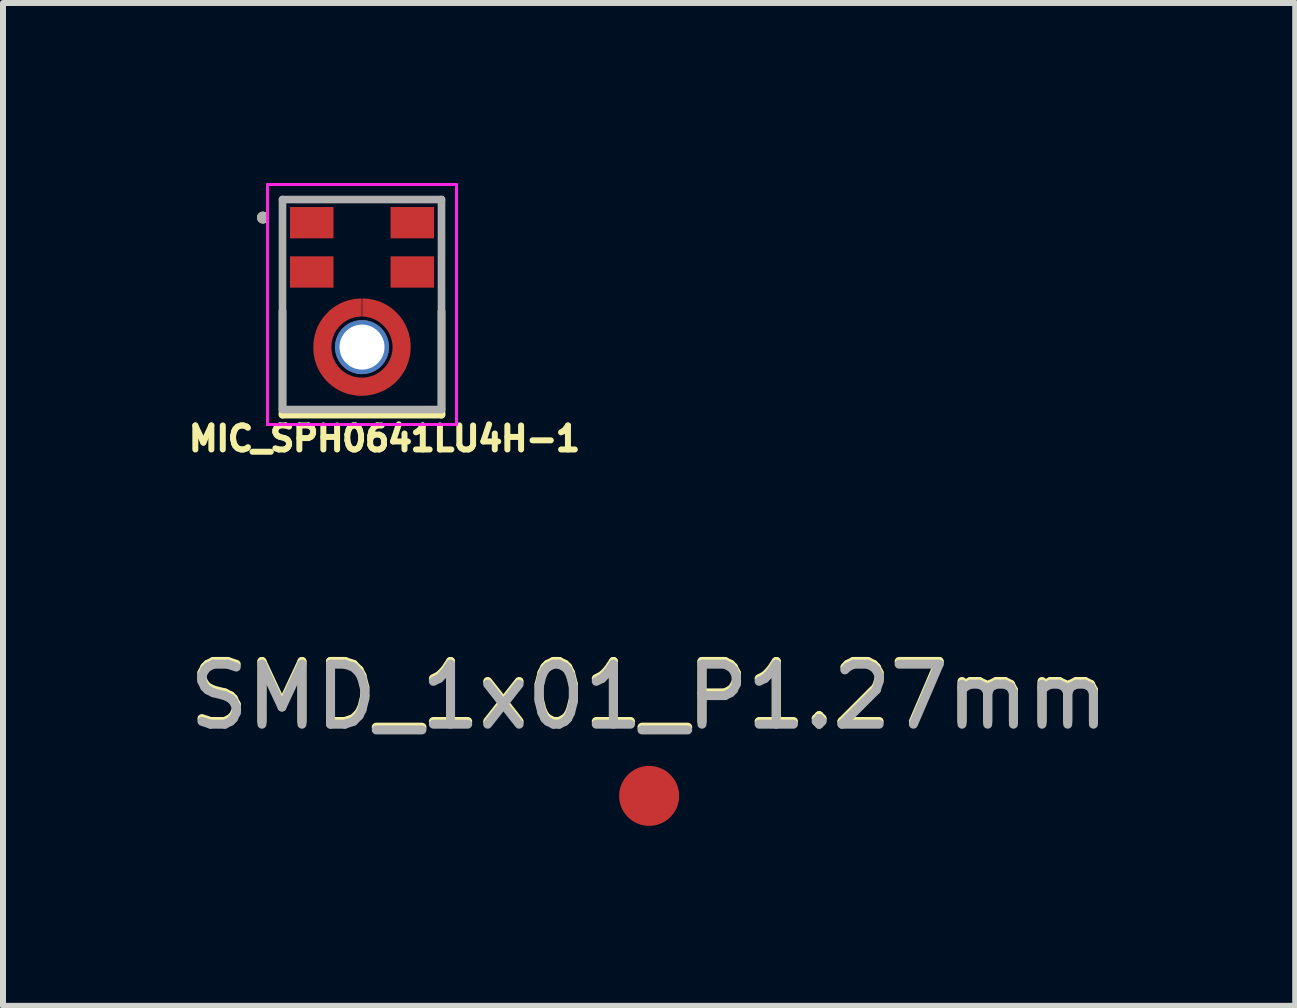
<source format=kicad_pcb>
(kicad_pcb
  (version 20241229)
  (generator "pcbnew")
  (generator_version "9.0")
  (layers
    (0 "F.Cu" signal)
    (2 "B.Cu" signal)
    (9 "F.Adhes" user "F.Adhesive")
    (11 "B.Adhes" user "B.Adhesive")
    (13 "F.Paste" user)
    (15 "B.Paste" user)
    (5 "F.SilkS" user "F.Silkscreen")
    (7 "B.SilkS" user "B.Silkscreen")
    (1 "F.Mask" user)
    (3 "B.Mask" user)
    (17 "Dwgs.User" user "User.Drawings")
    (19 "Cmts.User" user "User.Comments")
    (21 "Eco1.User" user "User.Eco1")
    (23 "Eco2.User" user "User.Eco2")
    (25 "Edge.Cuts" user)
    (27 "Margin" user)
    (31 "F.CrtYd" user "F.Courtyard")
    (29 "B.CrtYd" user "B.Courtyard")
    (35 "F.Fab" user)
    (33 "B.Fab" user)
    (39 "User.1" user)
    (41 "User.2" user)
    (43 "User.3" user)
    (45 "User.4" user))
  (footprint "SMD_1x01_P1.27mm"
    (layer "F.Cu")
    (at 7.768 10.214)
    (property "Reference" "SMD_1x01_P1.27mm" (at 0 -1.695 0) (layer "F.SilkS") (effects (font (size 1 1) (thickness 0.15))))
    (attr through_hole)
    (fp_text user "${REFERENCE}" (at 0 -1.65 180) (layer "F.Fab") (effects (font (size 1 1) (thickness 0.15))))
    (pad "1" smd circle (at 0 0) (size 1 1) (layers "F.Cu" "F.Mask" "F.Paste")))
  (footprint "MIC_SPH0641LU4H-1"
    (layer "F.Cu")
    (at 2.983 2.735)
    (property "Reference" "MIC_SPH0641LU4H-1" (at 0.375 1.526 0) (layer "F.SilkS") (effects (font (size 0.4 0.4) (thickness 0.1))))
    (attr through_hole)
    (fp_circle (center 0 0) (end 0.65 0) (stroke (width 0.3) (type solid)) (fill no) (layer "F.Mask"))
    (fp_line (start -1.325 1.126) (end -1.325 -0.6) (stroke (width 0.127) (type solid)) (layer "F.SilkS"))
    (fp_line (start 1.325 -0.6) (end 1.325 1.126) (stroke (width 0.127) (type solid)) (layer "F.SilkS"))
    (fp_line (start 1.325 1.126) (end -1.325 1.126) (stroke (width 0.127) (type solid)) (layer "F.SilkS"))
    (fp_circle (center -1.651 -2.159) (end -1.601 -2.159) (stroke (width 0.1) (type solid)) (fill no) (layer "F.SilkS"))
    (fp_poly (pts (xy -0.53 0.38) (xy -0.425 0.28) (xy -0.46 0.23) (xy -0.5 0.12) (xy -0.514 0) (xy -0.5 -0.12) (xy -0.462 -0.225) (xy -0.426 -0.288) (xy -0.525 -0.385) (xy -0.64 -0.5) (xy -0.705 -0.405) (xy -0.75 -0.31) (xy -0.78 -0.22) (xy -0.8 -0.14) (xy -0.81 0) (xy -0.796 0.16) (xy -0.75 0.31) (xy -0.69 0.425) (xy -0.645 0.495)) (stroke (width 0.001) (type solid)) (fill yes) (layer "F.Paste"))
    (fp_poly (pts (xy 0.53 -0.375) (xy 0.435 -0.28) (xy 0.46 -0.23) (xy 0.485 -0.175) (xy 0.5 -0.12) (xy 0.51 -0.06) (xy 0.514 0) (xy 0.5 0.12) (xy 0.462 0.225) (xy 0.426 0.283) (xy 0.525 0.385) (xy 0.64 0.5) (xy 0.7 0.41) (xy 0.75 0.31) (xy 0.78 0.23) (xy 0.8 0.14) (xy 0.81 0) (xy 0.796 -0.16) (xy 0.75 -0.31) (xy 0.7 -0.415) (xy 0.645 -0.49)) (stroke (width 0.001) (type solid)) (fill yes) (layer "F.Paste"))
    (fp_poly (pts (xy 0.385 0.53) (xy 0.28 0.425) (xy 0.23 0.46) (xy 0.12 0.5) (xy 0 0.514) (xy -0.12 0.5) (xy -0.225 0.462) (xy -0.283 0.421) (xy -0.38 0.52) (xy -0.5 0.64) (xy -0.405 0.705) (xy -0.31 0.75) (xy -0.23 0.78) (xy -0.14 0.8) (xy -0.06 0.81) (xy 0 0.81) (xy 0.065 0.81) (xy 0.16 0.796) (xy 0.235 0.78) (xy 0.31 0.75) (xy 0.405 0.705) (xy 0.5 0.64)) (stroke (width 0.001) (type solid)) (fill yes) (layer "F.Paste"))
    (fp_poly (pts (xy -0.385 -0.53) (xy -0.285 -0.43) (xy -0.23 -0.465) (xy -0.12 -0.505) (xy -0.12 -0.51) (xy -0.11 -0.505) (xy -0.005 -0.52) (xy 0.005 -0.524) (xy 0.005 -0.52) (xy 0.125 -0.505) (xy 0.225 -0.462) (xy 0.293 -0.426) (xy 0.39 -0.525) (xy 0.505 -0.635) (xy 0.41 -0.7) (xy 0.31 -0.75) (xy 0.22 -0.78) (xy 0.14 -0.8) (xy 0 -0.81) (xy -0.16 -0.796) (xy -0.31 -0.75) (xy -0.4 -0.705) (xy -0.5 -0.64)) (stroke (width 0.001) (type solid)) (fill yes) (layer "F.Paste"))
    (fp_line (start -1.575 -2.71) (end 1.575 -2.71) (stroke (width 0.05) (type solid)) (layer "F.CrtYd"))
    (fp_line (start -1.575 1.29) (end -1.575 -2.71) (stroke (width 0.05) (type solid)) (layer "F.CrtYd"))
    (fp_line (start 1.575 -2.71) (end 1.575 1.29) (stroke (width 0.05) (type solid)) (layer "F.CrtYd"))
    (fp_line (start 1.575 1.29) (end -1.575 1.29) (stroke (width 0.05) (type solid)) (layer "F.CrtYd"))
    (fp_line (start -1.325 -2.46) (end 1.325 -2.46) (stroke (width 0.127) (type solid)) (layer "F.Fab"))
    (fp_line (start -1.325 1.04) (end -1.325 -2.46) (stroke (width 0.127) (type solid)) (layer "F.Fab"))
    (fp_line (start 1.325 -2.46) (end 1.325 1.04) (stroke (width 0.127) (type solid)) (layer "F.Fab"))
    (fp_line (start 1.325 1.04) (end -1.325 1.04) (stroke (width 0.127) (type solid)) (layer "F.Fab"))
    (fp_circle (center -1.651 -2.159) (end -1.601 -2.159) (stroke (width 0.1) (type solid)) (fill no) (layer "F.Fab"))
    (pad "" np_thru_hole circle (at 0 0) (size 0.9 0.9) (drill 0.75) (layers "*.Cu" "*.Mask"))
    (pad "1" smd rect (at -0.838 -2.074) (size 0.725 0.522) (layers "F.Cu" "F.Mask" "F.Paste"))
    (pad "2" smd rect (at -0.838 -1.252) (size 0.725 0.522) (layers "F.Cu" "F.Mask" "F.Paste"))
    (pad "3" smd custom (at 0.656 -0.013) (size 0.1 0.1) (layers "F.Cu") (options (anchor rect)) (primitives (gr_poly (pts (xy -0.661 -0.497) (xy -0.661 -0.797) (xy -0.705 -0.796) (xy -0.747 -0.793) (xy -0.789 -0.787) (xy -0.83 -0.779) (xy -0.871 -0.77) (xy -0.911 -0.758) (xy -0.951 -0.745) (xy -0.99 -0.729) (xy -1.028 -0.711) (xy -1.065 -0.69) (xy -1.101 -0.668) (xy -1.135 -0.644) (xy -1.169 -0.619) (xy -1.2 -0.592) (xy -1.231 -0.562) (xy -1.26 -0.531) (xy -1.287 -0.5) (xy -1.313 -0.467) (xy -1.337 -0.432) (xy -1.358 -0.397) (xy -1.379 -0.359) (xy -1.397 -0.322) (xy -1.413 -0.282) (xy -1.427 -0.242) (xy -1.439 -0.203) (xy -1.448 -0.162) (xy -1.456 -0.12) (xy -1.462 -0.079) (xy -1.465 -0.036) (xy -1.466 0.003) (xy -1.466 0.072) (xy -1.463 0.104) (xy -1.459 0.142) (xy -1.452 0.18) (xy -1.443 0.218) (xy -1.433 0.256) (xy -1.421 0.292) (xy -1.407 0.329) (xy -1.392 0.363) (xy -1.374 0.399) (xy -1.356 0.431) (xy -1.335 0.465) (xy -1.313 0.496) (xy -1.289 0.526) (xy -1.264 0.556) (xy -1.238 0.585) (xy -1.21 0.612) (xy -1.181 0.637) (xy -1.151 0.661) (xy -1.12 0.683) (xy -1.087 0.705) (xy -1.054 0.725) (xy -1.02 0.743) (xy -0.985 0.758) (xy -0.949 0.772) (xy -0.912 0.785) (xy -0.875 0.796) (xy -0.838 0.805) (xy -0.8 0.812) (xy -0.761 0.819) (xy -0.716 0.823) (xy -0.656 0.823) (xy -0.614 0.822) (xy -0.571 0.819) (xy -0.529 0.812) (xy -0.488 0.804) (xy -0.446 0.794) (xy -0.406 0.782) (xy -0.366 0.768) (xy -0.327 0.752) (xy -0.288 0.735) (xy -0.251 0.714) (xy -0.215 0.692) (xy -0.18 0.667) (xy -0.146 0.641) (xy -0.114 0.615) (xy -0.083 0.586) (xy -0.054 0.554) (xy -0.027 0.522) (xy -0.001 0.488) (xy 0.023 0.454) (xy 0.045 0.417) (xy 0.066 0.381) (xy 0.084 0.342) (xy 0.1 0.302) (xy 0.114 0.263) (xy 0.126 0.223) (xy 0.136 0.18) (xy 0.144 0.14) (xy 0.15 0.098) (xy 0.153 0.054) (xy 0.154 0.013) (xy 0.154 0.003) (xy 0.153 -0.036) (xy 0.15 -0.079) (xy 0.144 -0.12) (xy 0.136 -0.162) (xy 0.127 -0.203) (xy 0.115 -0.242) (xy 0.101 -0.282) (xy 0.085 -0.322) (xy 0.067 -0.359) (xy 0.046 -0.397) (xy 0.025 -0.432) (xy 0.001 -0.467) (xy -0.025 -0.5) (xy -0.052 -0.531) (xy -0.081 -0.562) (xy -0.112 -0.592) (xy -0.143 -0.619) (xy -0.177 -0.644) (xy -0.211 -0.668) (xy -0.247 -0.69) (xy -0.284 -0.711) (xy -0.322 -0.729) (xy -0.361 -0.745) (xy -0.401 -0.758) (xy -0.441 -0.77) (xy -0.482 -0.779) (xy -0.523 -0.787) (xy -0.565 -0.793) (xy -0.607 -0.796) (xy -0.651 -0.797) (xy -0.651 -0.497) (xy -0.636 -0.497) (xy -0.607 -0.494) (xy -0.581 -0.491) (xy -0.556 -0.486) (xy -0.531 -0.48) (xy -0.507 -0.472) (xy -0.483 -0.465) (xy -0.459 -0.455) (xy -0.436 -0.444) (xy -0.413 -0.432) (xy -0.391 -0.419) (xy -0.37 -0.405) (xy -0.349 -0.39) (xy -0.33 -0.373) (xy -0.311 -0.356) (xy -0.292 -0.339) (xy -0.275 -0.32) (xy -0.259 -0.3) (xy -0.243 -0.28) (xy -0.229 -0.259) (xy -0.216 -0.236) (xy -0.203 -0.214) (xy -0.192 -0.192) (xy -0.182 -0.168) (xy -0.173 -0.143) (xy -0.166 -0.119) (xy -0.159 -0.095) (xy -0.154 -0.07) (xy -0.15 -0.044) (xy -0.147 -0.019) (xy -0.146 0.003) (xy -0.146 0.025) (xy -0.148 0.052) (xy -0.151 0.08) (xy -0.155 0.105) (xy -0.161 0.133) (xy -0.168 0.159) (xy -0.177 0.183) (xy -0.187 0.208) (xy -0.198 0.234) (xy -0.211 0.258) (xy -0.224 0.281) (xy -0.239 0.302) (xy -0.255 0.325) (xy -0.272 0.345) (xy -0.291 0.365) (xy -0.31 0.385) (xy -0.33 0.403) (xy -0.351 0.418) (xy -0.373 0.434) (xy -0.396 0.449) (xy -0.419 0.463) (xy -0.443 0.474) (xy -0.468 0.485) (xy -0.493 0.494) (xy -0.519 0.502) (xy -0.545 0.509) (xy -0.572 0.514) (xy -0.598 0.518) (xy -0.625 0.521) (xy -0.656 0.522) (xy -0.666 0.522) (xy -0.696 0.521) (xy -0.723 0.518) (xy -0.749 0.514) (xy -0.775 0.509) (xy -0.8 0.502) (xy -0.825 0.495) (xy -0.85 0.485) (xy -0.874 0.475) (xy -0.898 0.464) (xy -0.921 0.451) (xy -0.943 0.436) (xy -0.965 0.42) (xy -0.986 0.405) (xy -1.005 0.387) (xy -1.024 0.368) (xy -1.042 0.348) (xy -1.059 0.329) (xy -1.075 0.307) (xy -1.089 0.285) (xy -1.103 0.263) (xy -1.115 0.238) (xy -1.126 0.214) (xy -1.136 0.191) (xy -1.144 0.166) (xy -1.151 0.14) (xy -1.157 0.114) (xy -1.161 0.087) (xy -1.164 0.061) (xy -1.166 0.035) (xy -1.166 0.013) (xy -1.165 -0.017) (xy -1.163 -0.043) (xy -1.16 -0.07) (xy -1.155 -0.096) (xy -1.149 -0.121) (xy -1.141 -0.146) (xy -1.132 -0.172) (xy -1.122 -0.197) (xy -1.111 -0.221) (xy -1.098 -0.243) (xy -1.084 -0.267) (xy -1.069 -0.288) (xy -1.053 -0.309) (xy -1.036 -0.33) (xy -1.017 -0.348) (xy -0.998 -0.367) (xy -0.978 -0.385) (xy -0.957 -0.401) (xy -0.935 -0.415) (xy -0.912 -0.429) (xy -0.889 -0.443) (xy -0.865 -0.454) (xy -0.84 -0.464) (xy -0.815 -0.472) (xy -0.79 -0.48) (xy -0.764 -0.486) (xy -0.738 -0.491) (xy -0.712 -0.494) (xy -0.685 -0.496) (xy -0.661 -0.497)) (width 0.001) (fill yes))))
    (pad "4" smd rect (at 0.838 -1.252) (size 0.725 0.522) (layers "F.Cu" "F.Mask" "F.Paste"))
    (pad "5" smd rect (at 0.838 -2.074) (size 0.725 0.522) (layers "F.Cu" "F.Mask" "F.Paste")))
  (gr_rect
    (start -3 -3)
    (end 18.536 13.714)
    (stroke (width 0.1) (type default))
    (fill no)
    (layer "Edge.Cuts")))
</source>
